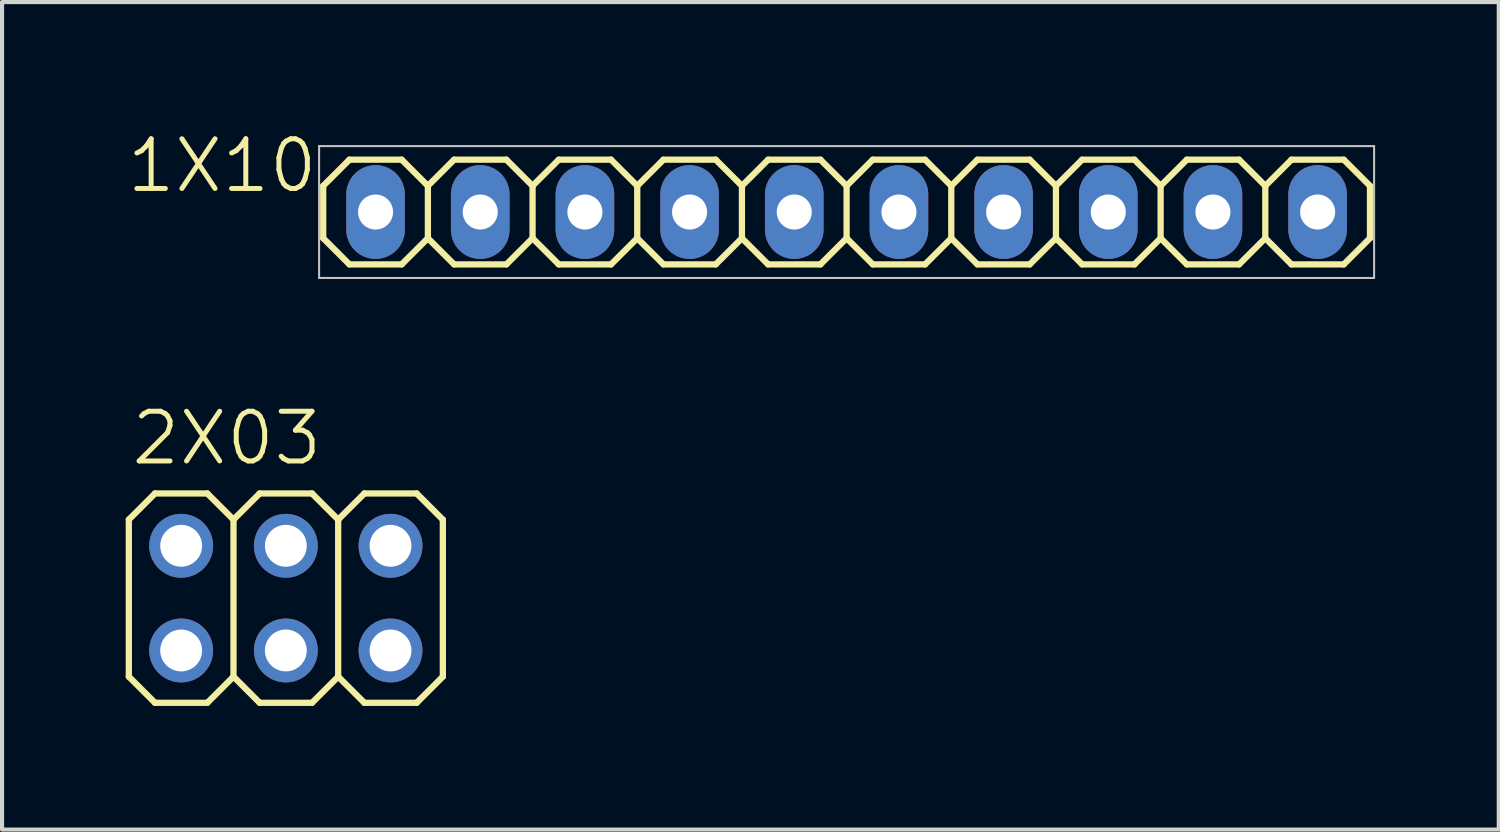
<source format=kicad_pcb>
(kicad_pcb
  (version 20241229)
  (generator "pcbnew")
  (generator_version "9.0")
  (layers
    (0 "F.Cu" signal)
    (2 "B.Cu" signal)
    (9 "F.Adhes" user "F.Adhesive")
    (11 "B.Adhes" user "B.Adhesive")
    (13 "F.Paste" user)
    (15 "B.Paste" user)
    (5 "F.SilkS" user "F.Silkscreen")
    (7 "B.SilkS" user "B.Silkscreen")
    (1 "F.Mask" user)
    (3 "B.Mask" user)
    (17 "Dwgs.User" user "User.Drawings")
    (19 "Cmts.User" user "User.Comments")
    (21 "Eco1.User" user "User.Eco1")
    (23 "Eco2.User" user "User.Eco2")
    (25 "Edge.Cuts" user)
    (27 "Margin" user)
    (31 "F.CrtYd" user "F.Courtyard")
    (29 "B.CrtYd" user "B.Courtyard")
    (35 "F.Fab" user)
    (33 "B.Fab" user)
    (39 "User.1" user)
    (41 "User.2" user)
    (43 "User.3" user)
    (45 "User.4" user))
  (footprint "2X03"
    (layer "F.Cu")
    (at 3.886 11.464)
    (property "Reference" "2X03" (at -3.81 -3.175 180) (layer "F.SilkS") (effects (font (size 1.206 1.206) (thickness 0.121)) (justify left bottom)))
    (attr through_hole)
    (fp_line (start -3.81 -1.905) (end -3.175 -2.54) (stroke (width 0.152) (type solid)) (layer "F.SilkS"))
    (fp_line (start -3.81 1.905) (end -3.81 -1.905) (stroke (width 0.152) (type solid)) (layer "F.SilkS"))
    (fp_line (start -3.81 1.905) (end -3.175 2.54) (stroke (width 0.152) (type solid)) (layer "F.SilkS"))
    (fp_line (start -3.175 -2.54) (end -1.905 -2.54) (stroke (width 0.152) (type solid)) (layer "F.SilkS"))
    (fp_line (start -3.175 2.54) (end -1.905 2.54) (stroke (width 0.152) (type solid)) (layer "F.SilkS"))
    (fp_line (start -1.905 -2.54) (end -1.27 -1.905) (stroke (width 0.152) (type solid)) (layer "F.SilkS"))
    (fp_line (start -1.905 2.54) (end -1.27 1.905) (stroke (width 0.152) (type solid)) (layer "F.SilkS"))
    (fp_line (start -1.27 -1.905) (end -1.27 1.905) (stroke (width 0.152) (type solid)) (layer "F.SilkS"))
    (fp_line (start -1.27 -1.905) (end -0.635 -2.54) (stroke (width 0.152) (type solid)) (layer "F.SilkS"))
    (fp_line (start -1.27 1.905) (end -0.635 2.54) (stroke (width 0.152) (type solid)) (layer "F.SilkS"))
    (fp_line (start -0.635 -2.54) (end 0.635 -2.54) (stroke (width 0.152) (type solid)) (layer "F.SilkS"))
    (fp_line (start -0.635 2.54) (end 0.635 2.54) (stroke (width 0.152) (type solid)) (layer "F.SilkS"))
    (fp_line (start 0.635 -2.54) (end 1.27 -1.905) (stroke (width 0.152) (type solid)) (layer "F.SilkS"))
    (fp_line (start 0.635 2.54) (end 1.27 1.905) (stroke (width 0.152) (type solid)) (layer "F.SilkS"))
    (fp_line (start 1.27 -1.905) (end 1.27 1.905) (stroke (width 0.152) (type solid)) (layer "F.SilkS"))
    (fp_line (start 1.27 -1.905) (end 1.905 -2.54) (stroke (width 0.152) (type solid)) (layer "F.SilkS"))
    (fp_line (start 1.27 1.905) (end 1.905 2.54) (stroke (width 0.152) (type solid)) (layer "F.SilkS"))
    (fp_line (start 1.905 -2.54) (end 3.175 -2.54) (stroke (width 0.152) (type solid)) (layer "F.SilkS"))
    (fp_line (start 1.905 2.54) (end 3.175 2.54) (stroke (width 0.152) (type solid)) (layer "F.SilkS"))
    (fp_line (start 3.175 -2.54) (end 3.81 -1.905) (stroke (width 0.152) (type solid)) (layer "F.SilkS"))
    (fp_line (start 3.175 2.54) (end 3.81 1.905) (stroke (width 0.152) (type solid)) (layer "F.SilkS"))
    (fp_line (start 3.81 -1.905) (end 3.81 1.905) (stroke (width 0.152) (type solid)) (layer "F.SilkS"))
    (fp_poly (pts (xy -2.794 -1.016) (xy -2.286 -1.016) (xy -2.286 -1.524) (xy -2.794 -1.524)) (stroke (width 0.1) (type solid)) (fill no) (layer "F.Fab"))
    (fp_poly (pts (xy -2.794 1.524) (xy -2.286 1.524) (xy -2.286 1.016) (xy -2.794 1.016)) (stroke (width 0.1) (type solid)) (fill no) (layer "F.Fab"))
    (fp_poly (pts (xy -0.254 -1.016) (xy 0.254 -1.016) (xy 0.254 -1.524) (xy -0.254 -1.524)) (stroke (width 0.1) (type solid)) (fill no) (layer "F.Fab"))
    (fp_poly (pts (xy -0.254 1.524) (xy 0.254 1.524) (xy 0.254 1.016) (xy -0.254 1.016)) (stroke (width 0.1) (type solid)) (fill no) (layer "F.Fab"))
    (fp_poly (pts (xy 2.286 -1.016) (xy 2.794 -1.016) (xy 2.794 -1.524) (xy 2.286 -1.524)) (stroke (width 0.1) (type solid)) (fill no) (layer "F.Fab"))
    (fp_poly (pts (xy 2.286 1.524) (xy 2.794 1.524) (xy 2.794 1.016) (xy 2.286 1.016)) (stroke (width 0.1) (type solid)) (fill no) (layer "F.Fab"))
    (pad "1" thru_hole circle (at -2.54 1.27) (size 1.55 1.55) (drill 1.016) (layers "*.Cu" "*.Mask"))
    (pad "2" thru_hole circle (at -2.54 -1.27) (size 1.55 1.55) (drill 1.016) (layers "*.Cu" "*.Mask"))
    (pad "3" thru_hole circle (at 0 1.27) (size 1.55 1.55) (drill 1.016) (layers "*.Cu" "*.Mask"))
    (pad "4" thru_hole circle (at 0 -1.27) (size 1.55 1.55) (drill 1.016) (layers "*.Cu" "*.Mask"))
    (pad "5" thru_hole circle (at 2.54 1.27) (size 1.55 1.55) (drill 1.016) (layers "*.Cu" "*.Mask"))
    (pad "6" thru_hole circle (at 2.54 -1.27) (size 1.55 1.55) (drill 1.016) (layers "*.Cu" "*.Mask")))
  (footprint "1X10"
    (layer "F.Cu")
    (at 17.493 2.095)
    (property "Reference" "1X10" (at -12.776 -1.829 0) (layer "F.SilkS") (effects (font (size 1.206 1.206) (thickness 0.121)) (justify right top)))
    (attr through_hole)
    (fp_line (start -12.7 -0.635) (end -12.7 0.635) (stroke (width 0.152) (type solid)) (layer "F.SilkS"))
    (fp_line (start -12.7 0.635) (end -12.065 1.27) (stroke (width 0.152) (type solid)) (layer "F.SilkS"))
    (fp_line (start -12.065 -1.27) (end -12.7 -0.635) (stroke (width 0.152) (type solid)) (layer "F.SilkS"))
    (fp_line (start -12.065 -1.27) (end -10.795 -1.27) (stroke (width 0.152) (type solid)) (layer "F.SilkS"))
    (fp_line (start -10.795 -1.27) (end -10.16 -0.635) (stroke (width 0.152) (type solid)) (layer "F.SilkS"))
    (fp_line (start -10.795 1.27) (end -12.065 1.27) (stroke (width 0.152) (type solid)) (layer "F.SilkS"))
    (fp_line (start -10.16 -0.635) (end -10.16 0.635) (stroke (width 0.152) (type solid)) (layer "F.SilkS"))
    (fp_line (start -10.16 -0.635) (end -9.525 -1.27) (stroke (width 0.152) (type solid)) (layer "F.SilkS"))
    (fp_line (start -10.16 0.635) (end -10.795 1.27) (stroke (width 0.152) (type solid)) (layer "F.SilkS"))
    (fp_line (start -9.525 -1.27) (end -8.255 -1.27) (stroke (width 0.152) (type solid)) (layer "F.SilkS"))
    (fp_line (start -9.525 1.27) (end -10.16 0.635) (stroke (width 0.152) (type solid)) (layer "F.SilkS"))
    (fp_line (start -8.255 -1.27) (end -7.62 -0.635) (stroke (width 0.152) (type solid)) (layer "F.SilkS"))
    (fp_line (start -8.255 1.27) (end -9.525 1.27) (stroke (width 0.152) (type solid)) (layer "F.SilkS"))
    (fp_line (start -7.62 -0.635) (end -7.62 0.635) (stroke (width 0.152) (type solid)) (layer "F.SilkS"))
    (fp_line (start -7.62 -0.635) (end -6.985 -1.27) (stroke (width 0.152) (type solid)) (layer "F.SilkS"))
    (fp_line (start -7.62 0.635) (end -8.255 1.27) (stroke (width 0.152) (type solid)) (layer "F.SilkS"))
    (fp_line (start -6.985 -1.27) (end -5.715 -1.27) (stroke (width 0.152) (type solid)) (layer "F.SilkS"))
    (fp_line (start -6.985 1.27) (end -7.62 0.635) (stroke (width 0.152) (type solid)) (layer "F.SilkS"))
    (fp_line (start -5.715 -1.27) (end -5.08 -0.635) (stroke (width 0.152) (type solid)) (layer "F.SilkS"))
    (fp_line (start -5.715 1.27) (end -6.985 1.27) (stroke (width 0.152) (type solid)) (layer "F.SilkS"))
    (fp_line (start -5.08 -0.635) (end -5.08 0.635) (stroke (width 0.152) (type solid)) (layer "F.SilkS"))
    (fp_line (start -5.08 0.635) (end -5.715 1.27) (stroke (width 0.152) (type solid)) (layer "F.SilkS"))
    (fp_line (start -5.08 0.635) (end -4.445 1.27) (stroke (width 0.152) (type solid)) (layer "F.SilkS"))
    (fp_line (start -4.445 -1.27) (end -5.08 -0.635) (stroke (width 0.152) (type solid)) (layer "F.SilkS"))
    (fp_line (start -4.445 -1.27) (end -3.175 -1.27) (stroke (width 0.152) (type solid)) (layer "F.SilkS"))
    (fp_line (start -3.175 -1.27) (end -2.54 -0.635) (stroke (width 0.152) (type solid)) (layer "F.SilkS"))
    (fp_line (start -3.175 1.27) (end -4.445 1.27) (stroke (width 0.152) (type solid)) (layer "F.SilkS"))
    (fp_line (start -2.54 -0.635) (end -2.54 0.635) (stroke (width 0.152) (type solid)) (layer "F.SilkS"))
    (fp_line (start -2.54 -0.635) (end -1.905 -1.27) (stroke (width 0.152) (type solid)) (layer "F.SilkS"))
    (fp_line (start -2.54 0.635) (end -3.175 1.27) (stroke (width 0.152) (type solid)) (layer "F.SilkS"))
    (fp_line (start -1.905 -1.27) (end -0.635 -1.27) (stroke (width 0.152) (type solid)) (layer "F.SilkS"))
    (fp_line (start -1.905 1.27) (end -2.54 0.635) (stroke (width 0.152) (type solid)) (layer "F.SilkS"))
    (fp_line (start -0.635 -1.27) (end 0 -0.635) (stroke (width 0.152) (type solid)) (layer "F.SilkS"))
    (fp_line (start -0.635 1.27) (end -1.905 1.27) (stroke (width 0.152) (type solid)) (layer "F.SilkS"))
    (fp_line (start 0 -0.635) (end 0 0.635) (stroke (width 0.152) (type solid)) (layer "F.SilkS"))
    (fp_line (start 0 -0.635) (end 0.635 -1.27) (stroke (width 0.152) (type solid)) (layer "F.SilkS"))
    (fp_line (start 0 0.635) (end -0.635 1.27) (stroke (width 0.152) (type solid)) (layer "F.SilkS"))
    (fp_line (start 0.635 -1.27) (end 1.905 -1.27) (stroke (width 0.152) (type solid)) (layer "F.SilkS"))
    (fp_line (start 0.635 1.27) (end 0 0.635) (stroke (width 0.152) (type solid)) (layer "F.SilkS"))
    (fp_line (start 1.905 -1.27) (end 2.54 -0.635) (stroke (width 0.152) (type solid)) (layer "F.SilkS"))
    (fp_line (start 1.905 1.27) (end 0.635 1.27) (stroke (width 0.152) (type solid)) (layer "F.SilkS"))
    (fp_line (start 2.54 -0.635) (end 2.54 0.635) (stroke (width 0.152) (type solid)) (layer "F.SilkS"))
    (fp_line (start 2.54 0.635) (end 1.905 1.27) (stroke (width 0.152) (type solid)) (layer "F.SilkS"))
    (fp_line (start 2.54 0.635) (end 3.175 1.27) (stroke (width 0.152) (type solid)) (layer "F.SilkS"))
    (fp_line (start 3.175 -1.27) (end 2.54 -0.635) (stroke (width 0.152) (type solid)) (layer "F.SilkS"))
    (fp_line (start 3.175 -1.27) (end 4.445 -1.27) (stroke (width 0.152) (type solid)) (layer "F.SilkS"))
    (fp_line (start 4.445 -1.27) (end 5.08 -0.635) (stroke (width 0.152) (type solid)) (layer "F.SilkS"))
    (fp_line (start 4.445 1.27) (end 3.175 1.27) (stroke (width 0.152) (type solid)) (layer "F.SilkS"))
    (fp_line (start 5.08 -0.635) (end 5.08 0.635) (stroke (width 0.152) (type solid)) (layer "F.SilkS"))
    (fp_line (start 5.08 -0.635) (end 5.715 -1.27) (stroke (width 0.152) (type solid)) (layer "F.SilkS"))
    (fp_line (start 5.08 0.635) (end 4.445 1.27) (stroke (width 0.152) (type solid)) (layer "F.SilkS"))
    (fp_line (start 5.715 -1.27) (end 6.985 -1.27) (stroke (width 0.152) (type solid)) (layer "F.SilkS"))
    (fp_line (start 5.715 1.27) (end 5.08 0.635) (stroke (width 0.152) (type solid)) (layer "F.SilkS"))
    (fp_line (start 6.985 -1.27) (end 7.62 -0.635) (stroke (width 0.152) (type solid)) (layer "F.SilkS"))
    (fp_line (start 6.985 1.27) (end 5.715 1.27) (stroke (width 0.152) (type solid)) (layer "F.SilkS"))
    (fp_line (start 7.62 -0.635) (end 7.62 0.635) (stroke (width 0.152) (type solid)) (layer "F.SilkS"))
    (fp_line (start 7.62 -0.635) (end 8.255 -1.27) (stroke (width 0.152) (type solid)) (layer "F.SilkS"))
    (fp_line (start 7.62 0.635) (end 6.985 1.27) (stroke (width 0.152) (type solid)) (layer "F.SilkS"))
    (fp_line (start 8.255 -1.27) (end 9.525 -1.27) (stroke (width 0.152) (type solid)) (layer "F.SilkS"))
    (fp_line (start 8.255 1.27) (end 7.62 0.635) (stroke (width 0.152) (type solid)) (layer "F.SilkS"))
    (fp_line (start 9.525 -1.27) (end 10.16 -0.635) (stroke (width 0.152) (type solid)) (layer "F.SilkS"))
    (fp_line (start 9.525 1.27) (end 8.255 1.27) (stroke (width 0.152) (type solid)) (layer "F.SilkS"))
    (fp_line (start 10.16 -0.635) (end 10.16 0.635) (stroke (width 0.152) (type solid)) (layer "F.SilkS"))
    (fp_line (start 10.16 0.635) (end 9.525 1.27) (stroke (width 0.152) (type solid)) (layer "F.SilkS"))
    (fp_line (start 10.16 0.635) (end 10.795 1.27) (stroke (width 0.152) (type solid)) (layer "F.SilkS"))
    (fp_line (start 10.795 -1.27) (end 10.16 -0.635) (stroke (width 0.152) (type solid)) (layer "F.SilkS"))
    (fp_line (start 10.795 -1.27) (end 12.065 -1.27) (stroke (width 0.152) (type solid)) (layer "F.SilkS"))
    (fp_line (start 12.065 -1.27) (end 12.7 -0.635) (stroke (width 0.152) (type solid)) (layer "F.SilkS"))
    (fp_line (start 12.065 1.27) (end 10.795 1.27) (stroke (width 0.152) (type solid)) (layer "F.SilkS"))
    (fp_line (start 12.7 -0.635) (end 12.7 0.635) (stroke (width 0.152) (type solid)) (layer "F.SilkS"))
    (fp_line (start 12.7 0.635) (end 12.065 1.27) (stroke (width 0.152) (type solid)) (layer "F.SilkS"))
    (fp_line (start -12.8 -1.6) (end 12.8 -1.6) (stroke (width 0.05) (type solid)) (layer "Dwgs.User"))
    (fp_line (start -12.8 1.6) (end -12.8 -1.6) (stroke (width 0.05) (type solid)) (layer "Dwgs.User"))
    (fp_line (start 12.8 -1.6) (end 12.8 1.6) (stroke (width 0.05) (type solid)) (layer "Dwgs.User"))
    (fp_line (start 12.8 1.6) (end -12.8 1.6) (stroke (width 0.05) (type solid)) (layer "Dwgs.User"))
    (fp_poly (pts (xy -11.684 0.254) (xy -11.176 0.254) (xy -11.176 -0.254) (xy -11.684 -0.254)) (stroke (width 0.1) (type solid)) (fill no) (layer "F.Fab"))
    (fp_poly (pts (xy -9.144 0.254) (xy -8.636 0.254) (xy -8.636 -0.254) (xy -9.144 -0.254)) (stroke (width 0.1) (type solid)) (fill no) (layer "F.Fab"))
    (fp_poly (pts (xy -6.604 0.254) (xy -6.096 0.254) (xy -6.096 -0.254) (xy -6.604 -0.254)) (stroke (width 0.1) (type solid)) (fill no) (layer "F.Fab"))
    (fp_poly (pts (xy -4.064 0.254) (xy -3.556 0.254) (xy -3.556 -0.254) (xy -4.064 -0.254)) (stroke (width 0.1) (type solid)) (fill no) (layer "F.Fab"))
    (fp_poly (pts (xy -1.524 0.254) (xy -1.016 0.254) (xy -1.016 -0.254) (xy -1.524 -0.254)) (stroke (width 0.1) (type solid)) (fill no) (layer "F.Fab"))
    (fp_poly (pts (xy 1.016 0.254) (xy 1.524 0.254) (xy 1.524 -0.254) (xy 1.016 -0.254)) (stroke (width 0.1) (type solid)) (fill no) (layer "F.Fab"))
    (fp_poly (pts (xy 3.556 0.254) (xy 4.064 0.254) (xy 4.064 -0.254) (xy 3.556 -0.254)) (stroke (width 0.1) (type solid)) (fill no) (layer "F.Fab"))
    (fp_poly (pts (xy 6.096 0.254) (xy 6.604 0.254) (xy 6.604 -0.254) (xy 6.096 -0.254)) (stroke (width 0.1) (type solid)) (fill no) (layer "F.Fab"))
    (fp_poly (pts (xy 8.636 0.254) (xy 9.144 0.254) (xy 9.144 -0.254) (xy 8.636 -0.254)) (stroke (width 0.1) (type solid)) (fill no) (layer "F.Fab"))
    (fp_poly (pts (xy 11.176 0.254) (xy 11.684 0.254) (xy 11.684 -0.254) (xy 11.176 -0.254)) (stroke (width 0.1) (type solid)) (fill no) (layer "F.Fab"))
    (pad "1" thru_hole oval (at -11.43 0 90) (size 2.276 1.422) (drill 0.85) (layers "*.Cu" "*.Mask"))
    (pad "2" thru_hole oval (at -8.89 0 90) (size 2.276 1.422) (drill 0.85) (layers "*.Cu" "*.Mask"))
    (pad "3" thru_hole oval (at -6.35 0 90) (size 2.276 1.422) (drill 0.85) (layers "*.Cu" "*.Mask"))
    (pad "4" thru_hole oval (at -3.81 0 90) (size 2.276 1.422) (drill 0.85) (layers "*.Cu" "*.Mask"))
    (pad "5" thru_hole oval (at -1.27 0 90) (size 2.276 1.422) (drill 0.85) (layers "*.Cu" "*.Mask"))
    (pad "6" thru_hole oval (at 1.27 0 90) (size 2.276 1.422) (drill 0.85) (layers "*.Cu" "*.Mask"))
    (pad "7" thru_hole oval (at 3.81 0 90) (size 2.276 1.422) (drill 0.85) (layers "*.Cu" "*.Mask"))
    (pad "8" thru_hole oval (at 6.35 0 90) (size 2.276 1.422) (drill 0.85) (layers "*.Cu" "*.Mask"))
    (pad "9" thru_hole oval (at 8.89 0 90) (size 2.276 1.422) (drill 0.85) (layers "*.Cu" "*.Mask"))
    (pad "10" thru_hole oval (at 11.43 0 90) (size 2.276 1.422) (drill 0.85) (layers "*.Cu" "*.Mask")))
  (gr_rect
    (start -3 -3)
    (end 33.318 17.08)
    (stroke (width 0.1) (type default))
    (fill no)
    (layer "Edge.Cuts")))
</source>
